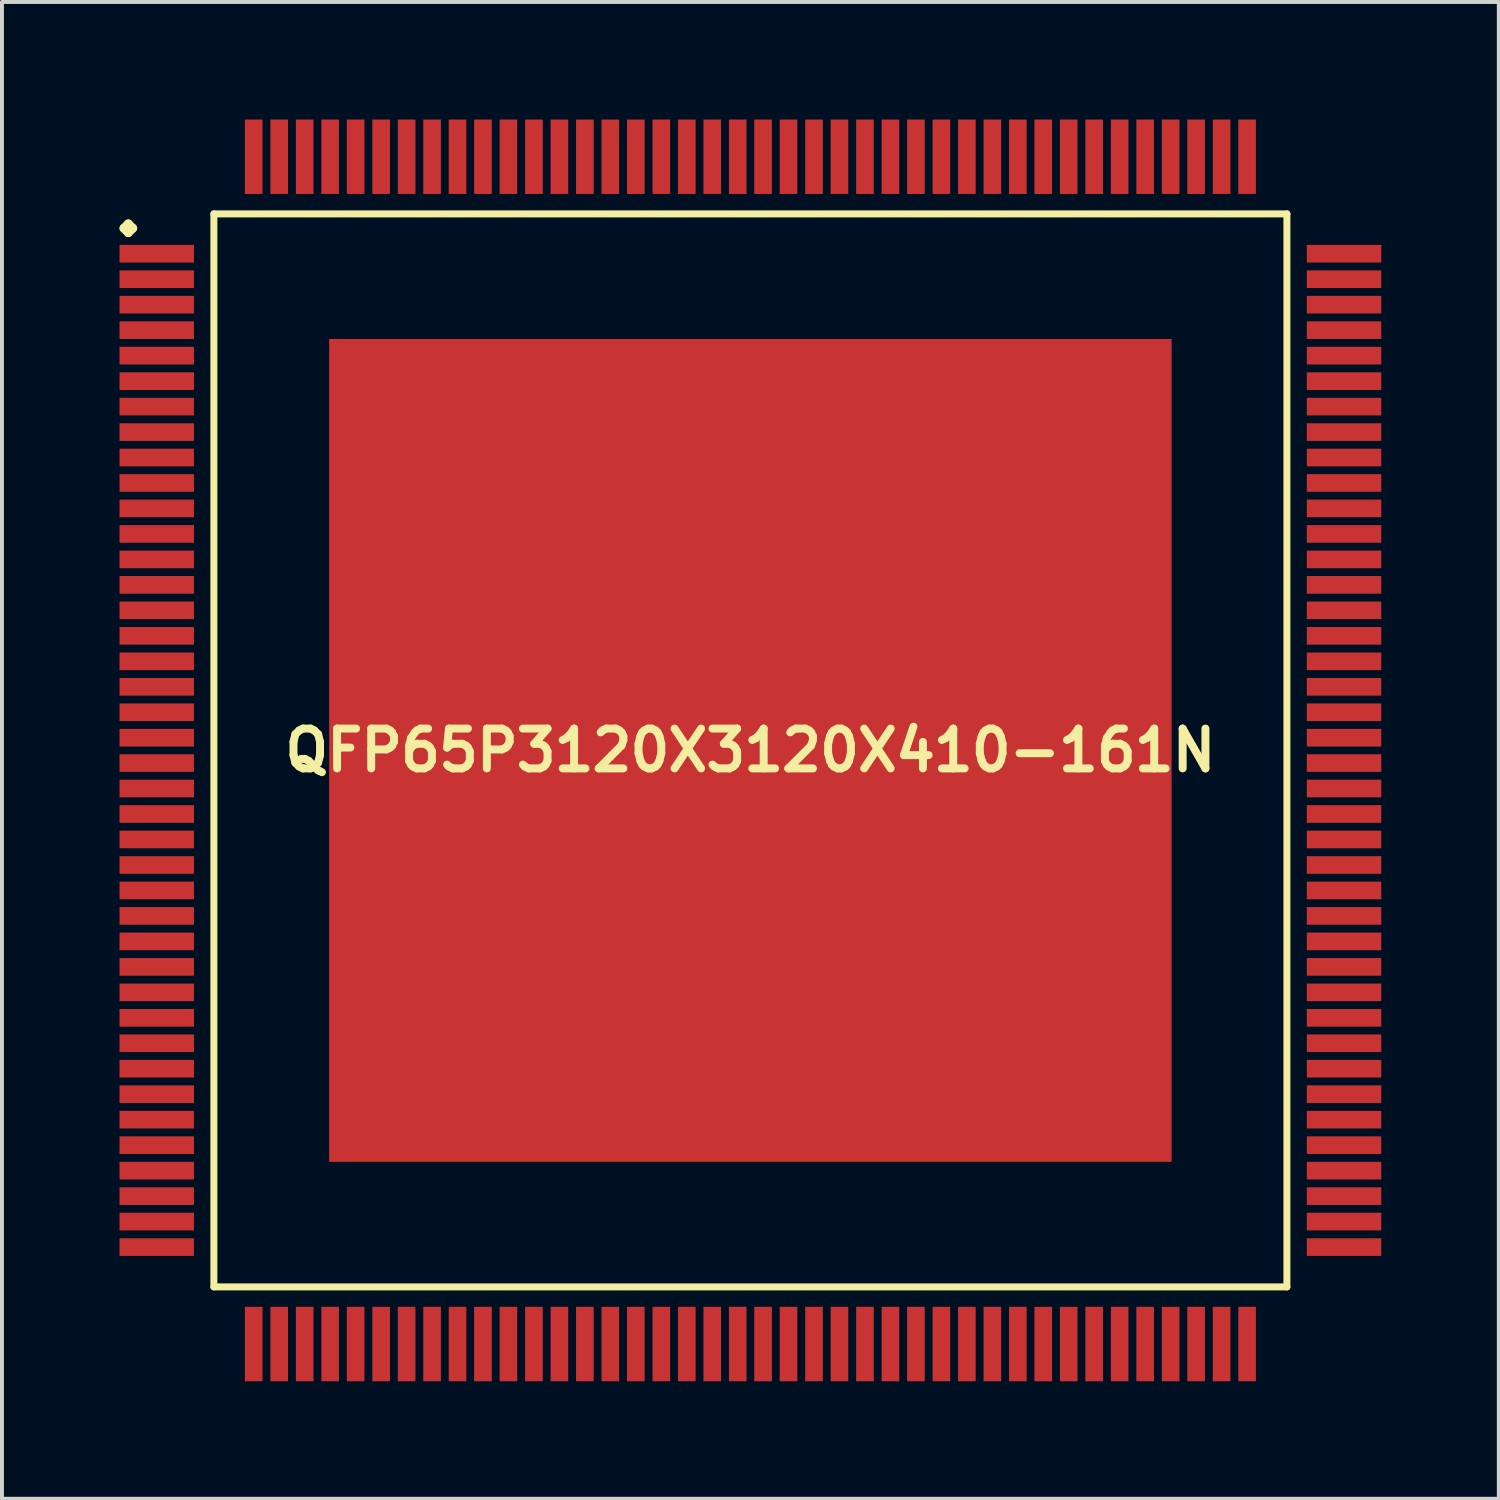
<source format=kicad_pcb>
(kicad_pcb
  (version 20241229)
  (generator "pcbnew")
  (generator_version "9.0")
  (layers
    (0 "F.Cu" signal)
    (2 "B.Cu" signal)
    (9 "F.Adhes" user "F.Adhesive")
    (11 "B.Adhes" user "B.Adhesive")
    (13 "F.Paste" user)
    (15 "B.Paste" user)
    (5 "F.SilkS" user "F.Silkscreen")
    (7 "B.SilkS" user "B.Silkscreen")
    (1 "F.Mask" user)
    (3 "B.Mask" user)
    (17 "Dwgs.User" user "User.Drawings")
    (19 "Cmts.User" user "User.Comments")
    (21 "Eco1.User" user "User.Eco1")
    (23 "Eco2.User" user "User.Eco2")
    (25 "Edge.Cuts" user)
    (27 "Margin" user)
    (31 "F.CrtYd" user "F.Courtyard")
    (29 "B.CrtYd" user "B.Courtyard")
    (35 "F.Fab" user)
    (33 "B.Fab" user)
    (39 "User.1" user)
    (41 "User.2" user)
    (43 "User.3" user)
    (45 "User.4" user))
  (footprint "QFP65P3120X3120X410-161N"
    (layer "F.Cu")
    (at 16.099 16.099)
    (property "Reference" "QFP65P3120X3120X410-161N" (at 0 0 0) (layer "F.SilkS") (effects (font (size 1.016 1.016) (thickness 0.203))))
    (attr smd)
    (fp_line (start -15.987 -13.325) (end -15.875 -13.437) (stroke (width 0.224) (type solid)) (layer "F.SilkS"))
    (fp_line (start -15.875 -13.437) (end -15.761 -13.325) (stroke (width 0.224) (type solid)) (layer "F.SilkS"))
    (fp_line (start -15.875 -13.211) (end -15.987 -13.325) (stroke (width 0.224) (type solid)) (layer "F.SilkS"))
    (fp_line (start -15.761 -13.325) (end -15.875 -13.211) (stroke (width 0.224) (type solid)) (layer "F.SilkS"))
    (fp_line (start -13.691 -13.691) (end -13.691 13.691) (stroke (width 0.178) (type solid)) (layer "F.SilkS"))
    (fp_line (start -13.691 13.691) (end 13.691 13.691) (stroke (width 0.178) (type solid)) (layer "F.SilkS"))
    (fp_line (start 13.691 -13.691) (end -13.691 -13.691) (stroke (width 0.178) (type solid)) (layer "F.SilkS"))
    (fp_line (start 13.691 13.691) (end 13.691 -13.691) (stroke (width 0.178) (type solid)) (layer "F.SilkS"))
    (pad "1" smd rect (at -15.149 -12.675) (size 1.9 0.45) (layers "F.Cu" "F.Mask" "F.Paste"))
    (pad "2" smd rect (at -15.149 -12.024) (size 1.9 0.45) (layers "F.Cu" "F.Mask" "F.Paste"))
    (pad "3" smd rect (at -15.149 -11.374) (size 1.9 0.45) (layers "F.Cu" "F.Mask" "F.Paste"))
    (pad "4" smd rect (at -15.149 -10.724) (size 1.9 0.45) (layers "F.Cu" "F.Mask" "F.Paste"))
    (pad "5" smd rect (at -15.149 -10.074) (size 1.9 0.45) (layers "F.Cu" "F.Mask" "F.Paste"))
    (pad "6" smd rect (at -15.149 -9.423) (size 1.9 0.45) (layers "F.Cu" "F.Mask" "F.Paste"))
    (pad "7" smd rect (at -15.149 -8.773) (size 1.9 0.45) (layers "F.Cu" "F.Mask" "F.Paste"))
    (pad "8" smd rect (at -15.149 -8.123) (size 1.9 0.45) (layers "F.Cu" "F.Mask" "F.Paste"))
    (pad "9" smd rect (at -15.149 -7.473) (size 1.9 0.45) (layers "F.Cu" "F.Mask" "F.Paste"))
    (pad "10" smd rect (at -15.149 -6.825) (size 1.9 0.45) (layers "F.Cu" "F.Mask" "F.Paste"))
    (pad "11" smd rect (at -15.149 -6.175) (size 1.9 0.45) (layers "F.Cu" "F.Mask" "F.Paste"))
    (pad "12" smd rect (at -15.149 -5.524) (size 1.9 0.45) (layers "F.Cu" "F.Mask" "F.Paste"))
    (pad "13" smd rect (at -15.149 -4.874) (size 1.9 0.45) (layers "F.Cu" "F.Mask" "F.Paste"))
    (pad "14" smd rect (at -15.149 -4.224) (size 1.9 0.45) (layers "F.Cu" "F.Mask" "F.Paste"))
    (pad "15" smd rect (at -15.149 -3.574) (size 1.9 0.45) (layers "F.Cu" "F.Mask" "F.Paste"))
    (pad "16" smd rect (at -15.149 -2.924) (size 1.9 0.45) (layers "F.Cu" "F.Mask" "F.Paste"))
    (pad "17" smd rect (at -15.149 -2.273) (size 1.9 0.45) (layers "F.Cu" "F.Mask" "F.Paste"))
    (pad "18" smd rect (at -15.149 -1.623) (size 1.9 0.45) (layers "F.Cu" "F.Mask" "F.Paste"))
    (pad "19" smd rect (at -15.149 -0.973) (size 1.9 0.45) (layers "F.Cu" "F.Mask" "F.Paste"))
    (pad "20" smd rect (at -15.149 -0.323) (size 1.9 0.45) (layers "F.Cu" "F.Mask" "F.Paste"))
    (pad "21" smd rect (at -15.149 0.323) (size 1.9 0.45) (layers "F.Cu" "F.Mask" "F.Paste"))
    (pad "22" smd rect (at -15.149 0.973) (size 1.9 0.45) (layers "F.Cu" "F.Mask" "F.Paste"))
    (pad "23" smd rect (at -15.149 1.623) (size 1.9 0.45) (layers "F.Cu" "F.Mask" "F.Paste"))
    (pad "24" smd rect (at -15.149 2.273) (size 1.9 0.45) (layers "F.Cu" "F.Mask" "F.Paste"))
    (pad "25" smd rect (at -15.149 2.924) (size 1.9 0.45) (layers "F.Cu" "F.Mask" "F.Paste"))
    (pad "26" smd rect (at -15.149 3.574) (size 1.9 0.45) (layers "F.Cu" "F.Mask" "F.Paste"))
    (pad "27" smd rect (at -15.149 4.224) (size 1.9 0.45) (layers "F.Cu" "F.Mask" "F.Paste"))
    (pad "28" smd rect (at -15.149 4.874) (size 1.9 0.45) (layers "F.Cu" "F.Mask" "F.Paste"))
    (pad "29" smd rect (at -15.149 5.524) (size 1.9 0.45) (layers "F.Cu" "F.Mask" "F.Paste"))
    (pad "30" smd rect (at -15.149 6.175) (size 1.9 0.45) (layers "F.Cu" "F.Mask" "F.Paste"))
    (pad "31" smd rect (at -15.149 6.825) (size 1.9 0.45) (layers "F.Cu" "F.Mask" "F.Paste"))
    (pad "32" smd rect (at -15.149 7.473) (size 1.9 0.45) (layers "F.Cu" "F.Mask" "F.Paste"))
    (pad "33" smd rect (at -15.149 8.123) (size 1.9 0.45) (layers "F.Cu" "F.Mask" "F.Paste"))
    (pad "34" smd rect (at -15.149 8.773) (size 1.9 0.45) (layers "F.Cu" "F.Mask" "F.Paste"))
    (pad "35" smd rect (at -15.149 9.423) (size 1.9 0.45) (layers "F.Cu" "F.Mask" "F.Paste"))
    (pad "36" smd rect (at -15.149 10.074) (size 1.9 0.45) (layers "F.Cu" "F.Mask" "F.Paste"))
    (pad "37" smd rect (at -15.149 10.724) (size 1.9 0.45) (layers "F.Cu" "F.Mask" "F.Paste"))
    (pad "38" smd rect (at -15.149 11.374) (size 1.9 0.45) (layers "F.Cu" "F.Mask" "F.Paste"))
    (pad "39" smd rect (at -15.149 12.024) (size 1.9 0.45) (layers "F.Cu" "F.Mask" "F.Paste"))
    (pad "40" smd rect (at -15.149 12.675) (size 1.9 0.45) (layers "F.Cu" "F.Mask" "F.Paste"))
    (pad "41" smd rect (at -12.675 15.149) (size 0.45 1.9) (layers "F.Cu" "F.Mask" "F.Paste"))
    (pad "42" smd rect (at -12.024 15.149) (size 0.45 1.9) (layers "F.Cu" "F.Mask" "F.Paste"))
    (pad "43" smd rect (at -11.374 15.149) (size 0.45 1.9) (layers "F.Cu" "F.Mask" "F.Paste"))
    (pad "44" smd rect (at -10.724 15.149) (size 0.45 1.9) (layers "F.Cu" "F.Mask" "F.Paste"))
    (pad "45" smd rect (at -10.074 15.149) (size 0.45 1.9) (layers "F.Cu" "F.Mask" "F.Paste"))
    (pad "46" smd rect (at -9.423 15.149) (size 0.45 1.9) (layers "F.Cu" "F.Mask" "F.Paste"))
    (pad "47" smd rect (at -8.773 15.149) (size 0.45 1.9) (layers "F.Cu" "F.Mask" "F.Paste"))
    (pad "48" smd rect (at -8.123 15.149) (size 0.45 1.9) (layers "F.Cu" "F.Mask" "F.Paste"))
    (pad "49" smd rect (at -7.473 15.149) (size 0.45 1.9) (layers "F.Cu" "F.Mask" "F.Paste"))
    (pad "50" smd rect (at -6.825 15.149) (size 0.45 1.9) (layers "F.Cu" "F.Mask" "F.Paste"))
    (pad "51" smd rect (at -6.175 15.149) (size 0.45 1.9) (layers "F.Cu" "F.Mask" "F.Paste"))
    (pad "52" smd rect (at -5.524 15.149) (size 0.45 1.9) (layers "F.Cu" "F.Mask" "F.Paste"))
    (pad "53" smd rect (at -4.874 15.149) (size 0.45 1.9) (layers "F.Cu" "F.Mask" "F.Paste"))
    (pad "54" smd rect (at -4.224 15.149) (size 0.45 1.9) (layers "F.Cu" "F.Mask" "F.Paste"))
    (pad "55" smd rect (at -3.574 15.149) (size 0.45 1.9) (layers "F.Cu" "F.Mask" "F.Paste"))
    (pad "56" smd rect (at -2.924 15.149) (size 0.45 1.9) (layers "F.Cu" "F.Mask" "F.Paste"))
    (pad "57" smd rect (at -2.273 15.149) (size 0.45 1.9) (layers "F.Cu" "F.Mask" "F.Paste"))
    (pad "58" smd rect (at -1.623 15.149) (size 0.45 1.9) (layers "F.Cu" "F.Mask" "F.Paste"))
    (pad "59" smd rect (at -0.973 15.149) (size 0.45 1.9) (layers "F.Cu" "F.Mask" "F.Paste"))
    (pad "60" smd rect (at -0.323 15.149) (size 0.45 1.9) (layers "F.Cu" "F.Mask" "F.Paste"))
    (pad "61" smd rect (at 0.323 15.149) (size 0.45 1.9) (layers "F.Cu" "F.Mask" "F.Paste"))
    (pad "62" smd rect (at 0.973 15.149) (size 0.45 1.9) (layers "F.Cu" "F.Mask" "F.Paste"))
    (pad "63" smd rect (at 1.623 15.149) (size 0.45 1.9) (layers "F.Cu" "F.Mask" "F.Paste"))
    (pad "64" smd rect (at 2.273 15.149) (size 0.45 1.9) (layers "F.Cu" "F.Mask" "F.Paste"))
    (pad "65" smd rect (at 2.924 15.149) (size 0.45 1.9) (layers "F.Cu" "F.Mask" "F.Paste"))
    (pad "66" smd rect (at 3.574 15.149) (size 0.45 1.9) (layers "F.Cu" "F.Mask" "F.Paste"))
    (pad "67" smd rect (at 4.224 15.149) (size 0.45 1.9) (layers "F.Cu" "F.Mask" "F.Paste"))
    (pad "68" smd rect (at 4.874 15.149) (size 0.45 1.9) (layers "F.Cu" "F.Mask" "F.Paste"))
    (pad "69" smd rect (at 5.524 15.149) (size 0.45 1.9) (layers "F.Cu" "F.Mask" "F.Paste"))
    (pad "70" smd rect (at 6.175 15.149) (size 0.45 1.9) (layers "F.Cu" "F.Mask" "F.Paste"))
    (pad "71" smd rect (at 6.825 15.149) (size 0.45 1.9) (layers "F.Cu" "F.Mask" "F.Paste"))
    (pad "72" smd rect (at 7.473 15.149) (size 0.45 1.9) (layers "F.Cu" "F.Mask" "F.Paste"))
    (pad "73" smd rect (at 8.123 15.149) (size 0.45 1.9) (layers "F.Cu" "F.Mask" "F.Paste"))
    (pad "74" smd rect (at 8.773 15.149) (size 0.45 1.9) (layers "F.Cu" "F.Mask" "F.Paste"))
    (pad "75" smd rect (at 9.423 15.149) (size 0.45 1.9) (layers "F.Cu" "F.Mask" "F.Paste"))
    (pad "76" smd rect (at 10.074 15.149) (size 0.45 1.9) (layers "F.Cu" "F.Mask" "F.Paste"))
    (pad "77" smd rect (at 10.724 15.149) (size 0.45 1.9) (layers "F.Cu" "F.Mask" "F.Paste"))
    (pad "78" smd rect (at 11.374 15.149) (size 0.45 1.9) (layers "F.Cu" "F.Mask" "F.Paste"))
    (pad "79" smd rect (at 12.024 15.149) (size 0.45 1.9) (layers "F.Cu" "F.Mask" "F.Paste"))
    (pad "80" smd rect (at 12.675 15.149) (size 0.45 1.9) (layers "F.Cu" "F.Mask" "F.Paste"))
    (pad "81" smd rect (at 15.149 12.675) (size 1.9 0.45) (layers "F.Cu" "F.Mask" "F.Paste"))
    (pad "82" smd rect (at 15.149 12.024) (size 1.9 0.45) (layers "F.Cu" "F.Mask" "F.Paste"))
    (pad "83" smd rect (at 15.149 11.374) (size 1.9 0.45) (layers "F.Cu" "F.Mask" "F.Paste"))
    (pad "84" smd rect (at 15.149 10.724) (size 1.9 0.45) (layers "F.Cu" "F.Mask" "F.Paste"))
    (pad "85" smd rect (at 15.149 10.074) (size 1.9 0.45) (layers "F.Cu" "F.Mask" "F.Paste"))
    (pad "86" smd rect (at 15.149 9.423) (size 1.9 0.45) (layers "F.Cu" "F.Mask" "F.Paste"))
    (pad "87" smd rect (at 15.149 8.773) (size 1.9 0.45) (layers "F.Cu" "F.Mask" "F.Paste"))
    (pad "88" smd rect (at 15.149 8.123) (size 1.9 0.45) (layers "F.Cu" "F.Mask" "F.Paste"))
    (pad "89" smd rect (at 15.149 7.473) (size 1.9 0.45) (layers "F.Cu" "F.Mask" "F.Paste"))
    (pad "90" smd rect (at 15.149 6.825) (size 1.9 0.45) (layers "F.Cu" "F.Mask" "F.Paste"))
    (pad "91" smd rect (at 15.149 6.175) (size 1.9 0.45) (layers "F.Cu" "F.Mask" "F.Paste"))
    (pad "92" smd rect (at 15.149 5.524) (size 1.9 0.45) (layers "F.Cu" "F.Mask" "F.Paste"))
    (pad "93" smd rect (at 15.149 4.874) (size 1.9 0.45) (layers "F.Cu" "F.Mask" "F.Paste"))
    (pad "94" smd rect (at 15.149 4.224) (size 1.9 0.45) (layers "F.Cu" "F.Mask" "F.Paste"))
    (pad "95" smd rect (at 15.149 3.574) (size 1.9 0.45) (layers "F.Cu" "F.Mask" "F.Paste"))
    (pad "96" smd rect (at 15.149 2.924) (size 1.9 0.45) (layers "F.Cu" "F.Mask" "F.Paste"))
    (pad "97" smd rect (at 15.149 2.273) (size 1.9 0.45) (layers "F.Cu" "F.Mask" "F.Paste"))
    (pad "98" smd rect (at 15.149 1.623) (size 1.9 0.45) (layers "F.Cu" "F.Mask" "F.Paste"))
    (pad "99" smd rect (at 15.149 0.973) (size 1.9 0.45) (layers "F.Cu" "F.Mask" "F.Paste"))
    (pad "100" smd rect (at 15.149 0.323) (size 1.9 0.45) (layers "F.Cu" "F.Mask" "F.Paste"))
    (pad "101" smd rect (at 15.149 -0.323) (size 1.9 0.45) (layers "F.Cu" "F.Mask" "F.Paste"))
    (pad "102" smd rect (at 15.149 -0.973) (size 1.9 0.45) (layers "F.Cu" "F.Mask" "F.Paste"))
    (pad "103" smd rect (at 15.149 -1.623) (size 1.9 0.45) (layers "F.Cu" "F.Mask" "F.Paste"))
    (pad "104" smd rect (at 15.149 -2.273) (size 1.9 0.45) (layers "F.Cu" "F.Mask" "F.Paste"))
    (pad "105" smd rect (at 15.149 -2.924) (size 1.9 0.45) (layers "F.Cu" "F.Mask" "F.Paste"))
    (pad "106" smd rect (at 15.149 -3.574) (size 1.9 0.45) (layers "F.Cu" "F.Mask" "F.Paste"))
    (pad "107" smd rect (at 15.149 -4.224) (size 1.9 0.45) (layers "F.Cu" "F.Mask" "F.Paste"))
    (pad "108" smd rect (at 15.149 -4.874) (size 1.9 0.45) (layers "F.Cu" "F.Mask" "F.Paste"))
    (pad "109" smd rect (at 15.149 -5.524) (size 1.9 0.45) (layers "F.Cu" "F.Mask" "F.Paste"))
    (pad "110" smd rect (at 15.149 -6.175) (size 1.9 0.45) (layers "F.Cu" "F.Mask" "F.Paste"))
    (pad "111" smd rect (at 15.149 -6.825) (size 1.9 0.45) (layers "F.Cu" "F.Mask" "F.Paste"))
    (pad "112" smd rect (at 15.149 -7.473) (size 1.9 0.45) (layers "F.Cu" "F.Mask" "F.Paste"))
    (pad "113" smd rect (at 15.149 -8.123) (size 1.9 0.45) (layers "F.Cu" "F.Mask" "F.Paste"))
    (pad "114" smd rect (at 15.149 -8.773) (size 1.9 0.45) (layers "F.Cu" "F.Mask" "F.Paste"))
    (pad "115" smd rect (at 15.149 -9.423) (size 1.9 0.45) (layers "F.Cu" "F.Mask" "F.Paste"))
    (pad "116" smd rect (at 15.149 -10.074) (size 1.9 0.45) (layers "F.Cu" "F.Mask" "F.Paste"))
    (pad "117" smd rect (at 15.149 -10.724) (size 1.9 0.45) (layers "F.Cu" "F.Mask" "F.Paste"))
    (pad "118" smd rect (at 15.149 -11.374) (size 1.9 0.45) (layers "F.Cu" "F.Mask" "F.Paste"))
    (pad "119" smd rect (at 15.149 -12.024) (size 1.9 0.45) (layers "F.Cu" "F.Mask" "F.Paste"))
    (pad "120" smd rect (at 15.149 -12.675) (size 1.9 0.45) (layers "F.Cu" "F.Mask" "F.Paste"))
    (pad "121" smd rect (at 12.675 -15.149) (size 0.45 1.9) (layers "F.Cu" "F.Mask" "F.Paste"))
    (pad "122" smd rect (at 12.024 -15.149) (size 0.45 1.9) (layers "F.Cu" "F.Mask" "F.Paste"))
    (pad "123" smd rect (at 11.374 -15.149) (size 0.45 1.9) (layers "F.Cu" "F.Mask" "F.Paste"))
    (pad "124" smd rect (at 10.724 -15.149) (size 0.45 1.9) (layers "F.Cu" "F.Mask" "F.Paste"))
    (pad "125" smd rect (at 10.074 -15.149) (size 0.45 1.9) (layers "F.Cu" "F.Mask" "F.Paste"))
    (pad "126" smd rect (at 9.423 -15.149) (size 0.45 1.9) (layers "F.Cu" "F.Mask" "F.Paste"))
    (pad "127" smd rect (at 8.773 -15.149) (size 0.45 1.9) (layers "F.Cu" "F.Mask" "F.Paste"))
    (pad "128" smd rect (at 8.123 -15.149) (size 0.45 1.9) (layers "F.Cu" "F.Mask" "F.Paste"))
    (pad "129" smd rect (at 7.473 -15.149) (size 0.45 1.9) (layers "F.Cu" "F.Mask" "F.Paste"))
    (pad "130" smd rect (at 6.825 -15.149) (size 0.45 1.9) (layers "F.Cu" "F.Mask" "F.Paste"))
    (pad "131" smd rect (at 6.175 -15.149) (size 0.45 1.9) (layers "F.Cu" "F.Mask" "F.Paste"))
    (pad "132" smd rect (at 5.524 -15.149) (size 0.45 1.9) (layers "F.Cu" "F.Mask" "F.Paste"))
    (pad "133" smd rect (at 4.874 -15.149) (size 0.45 1.9) (layers "F.Cu" "F.Mask" "F.Paste"))
    (pad "134" smd rect (at 4.224 -15.149) (size 0.45 1.9) (layers "F.Cu" "F.Mask" "F.Paste"))
    (pad "135" smd rect (at 3.574 -15.149) (size 0.45 1.9) (layers "F.Cu" "F.Mask" "F.Paste"))
    (pad "136" smd rect (at 2.924 -15.149) (size 0.45 1.9) (layers "F.Cu" "F.Mask" "F.Paste"))
    (pad "137" smd rect (at 2.273 -15.149) (size 0.45 1.9) (layers "F.Cu" "F.Mask" "F.Paste"))
    (pad "138" smd rect (at 1.623 -15.149) (size 0.45 1.9) (layers "F.Cu" "F.Mask" "F.Paste"))
    (pad "139" smd rect (at 0.973 -15.149) (size 0.45 1.9) (layers "F.Cu" "F.Mask" "F.Paste"))
    (pad "140" smd rect (at 0.323 -15.149) (size 0.45 1.9) (layers "F.Cu" "F.Mask" "F.Paste"))
    (pad "141" smd rect (at -0.323 -15.149) (size 0.45 1.9) (layers "F.Cu" "F.Mask" "F.Paste"))
    (pad "142" smd rect (at -0.973 -15.149) (size 0.45 1.9) (layers "F.Cu" "F.Mask" "F.Paste"))
    (pad "143" smd rect (at -1.623 -15.149) (size 0.45 1.9) (layers "F.Cu" "F.Mask" "F.Paste"))
    (pad "144" smd rect (at -2.273 -15.149) (size 0.45 1.9) (layers "F.Cu" "F.Mask" "F.Paste"))
    (pad "145" smd rect (at -2.924 -15.149) (size 0.45 1.9) (layers "F.Cu" "F.Mask" "F.Paste"))
    (pad "146" smd rect (at -3.574 -15.149) (size 0.45 1.9) (layers "F.Cu" "F.Mask" "F.Paste"))
    (pad "147" smd rect (at -4.224 -15.149) (size 0.45 1.9) (layers "F.Cu" "F.Mask" "F.Paste"))
    (pad "148" smd rect (at -4.874 -15.149) (size 0.45 1.9) (layers "F.Cu" "F.Mask" "F.Paste"))
    (pad "149" smd rect (at -5.524 -15.149) (size 0.45 1.9) (layers "F.Cu" "F.Mask" "F.Paste"))
    (pad "150" smd rect (at -6.175 -15.149) (size 0.45 1.9) (layers "F.Cu" "F.Mask" "F.Paste"))
    (pad "151" smd rect (at -6.825 -15.149) (size 0.45 1.9) (layers "F.Cu" "F.Mask" "F.Paste"))
    (pad "152" smd rect (at -7.473 -15.149) (size 0.45 1.9) (layers "F.Cu" "F.Mask" "F.Paste"))
    (pad "153" smd rect (at -8.123 -15.149) (size 0.45 1.9) (layers "F.Cu" "F.Mask" "F.Paste"))
    (pad "154" smd rect (at -8.773 -15.149) (size 0.45 1.9) (layers "F.Cu" "F.Mask" "F.Paste"))
    (pad "155" smd rect (at -9.423 -15.149) (size 0.45 1.9) (layers "F.Cu" "F.Mask" "F.Paste"))
    (pad "156" smd rect (at -10.074 -15.149) (size 0.45 1.9) (layers "F.Cu" "F.Mask" "F.Paste"))
    (pad "157" smd rect (at -10.724 -15.149) (size 0.45 1.9) (layers "F.Cu" "F.Mask" "F.Paste"))
    (pad "158" smd rect (at -11.374 -15.149) (size 0.45 1.9) (layers "F.Cu" "F.Mask" "F.Paste"))
    (pad "159" smd rect (at -12.024 -15.149) (size 0.45 1.9) (layers "F.Cu" "F.Mask" "F.Paste"))
    (pad "160" smd rect (at -12.675 -15.149) (size 0.45 1.9) (layers "F.Cu" "F.Mask" "F.Paste"))
    (pad "161" smd rect (at 0 0) (size 21.499 20.998) (layers "F.Cu" "F.Mask" "F.Paste")))
  (gr_rect
    (start -3 -3)
    (end 35.197 35.197)
    (stroke (width 0.1) (type default))
    (fill no)
    (layer "Edge.Cuts")))
</source>
